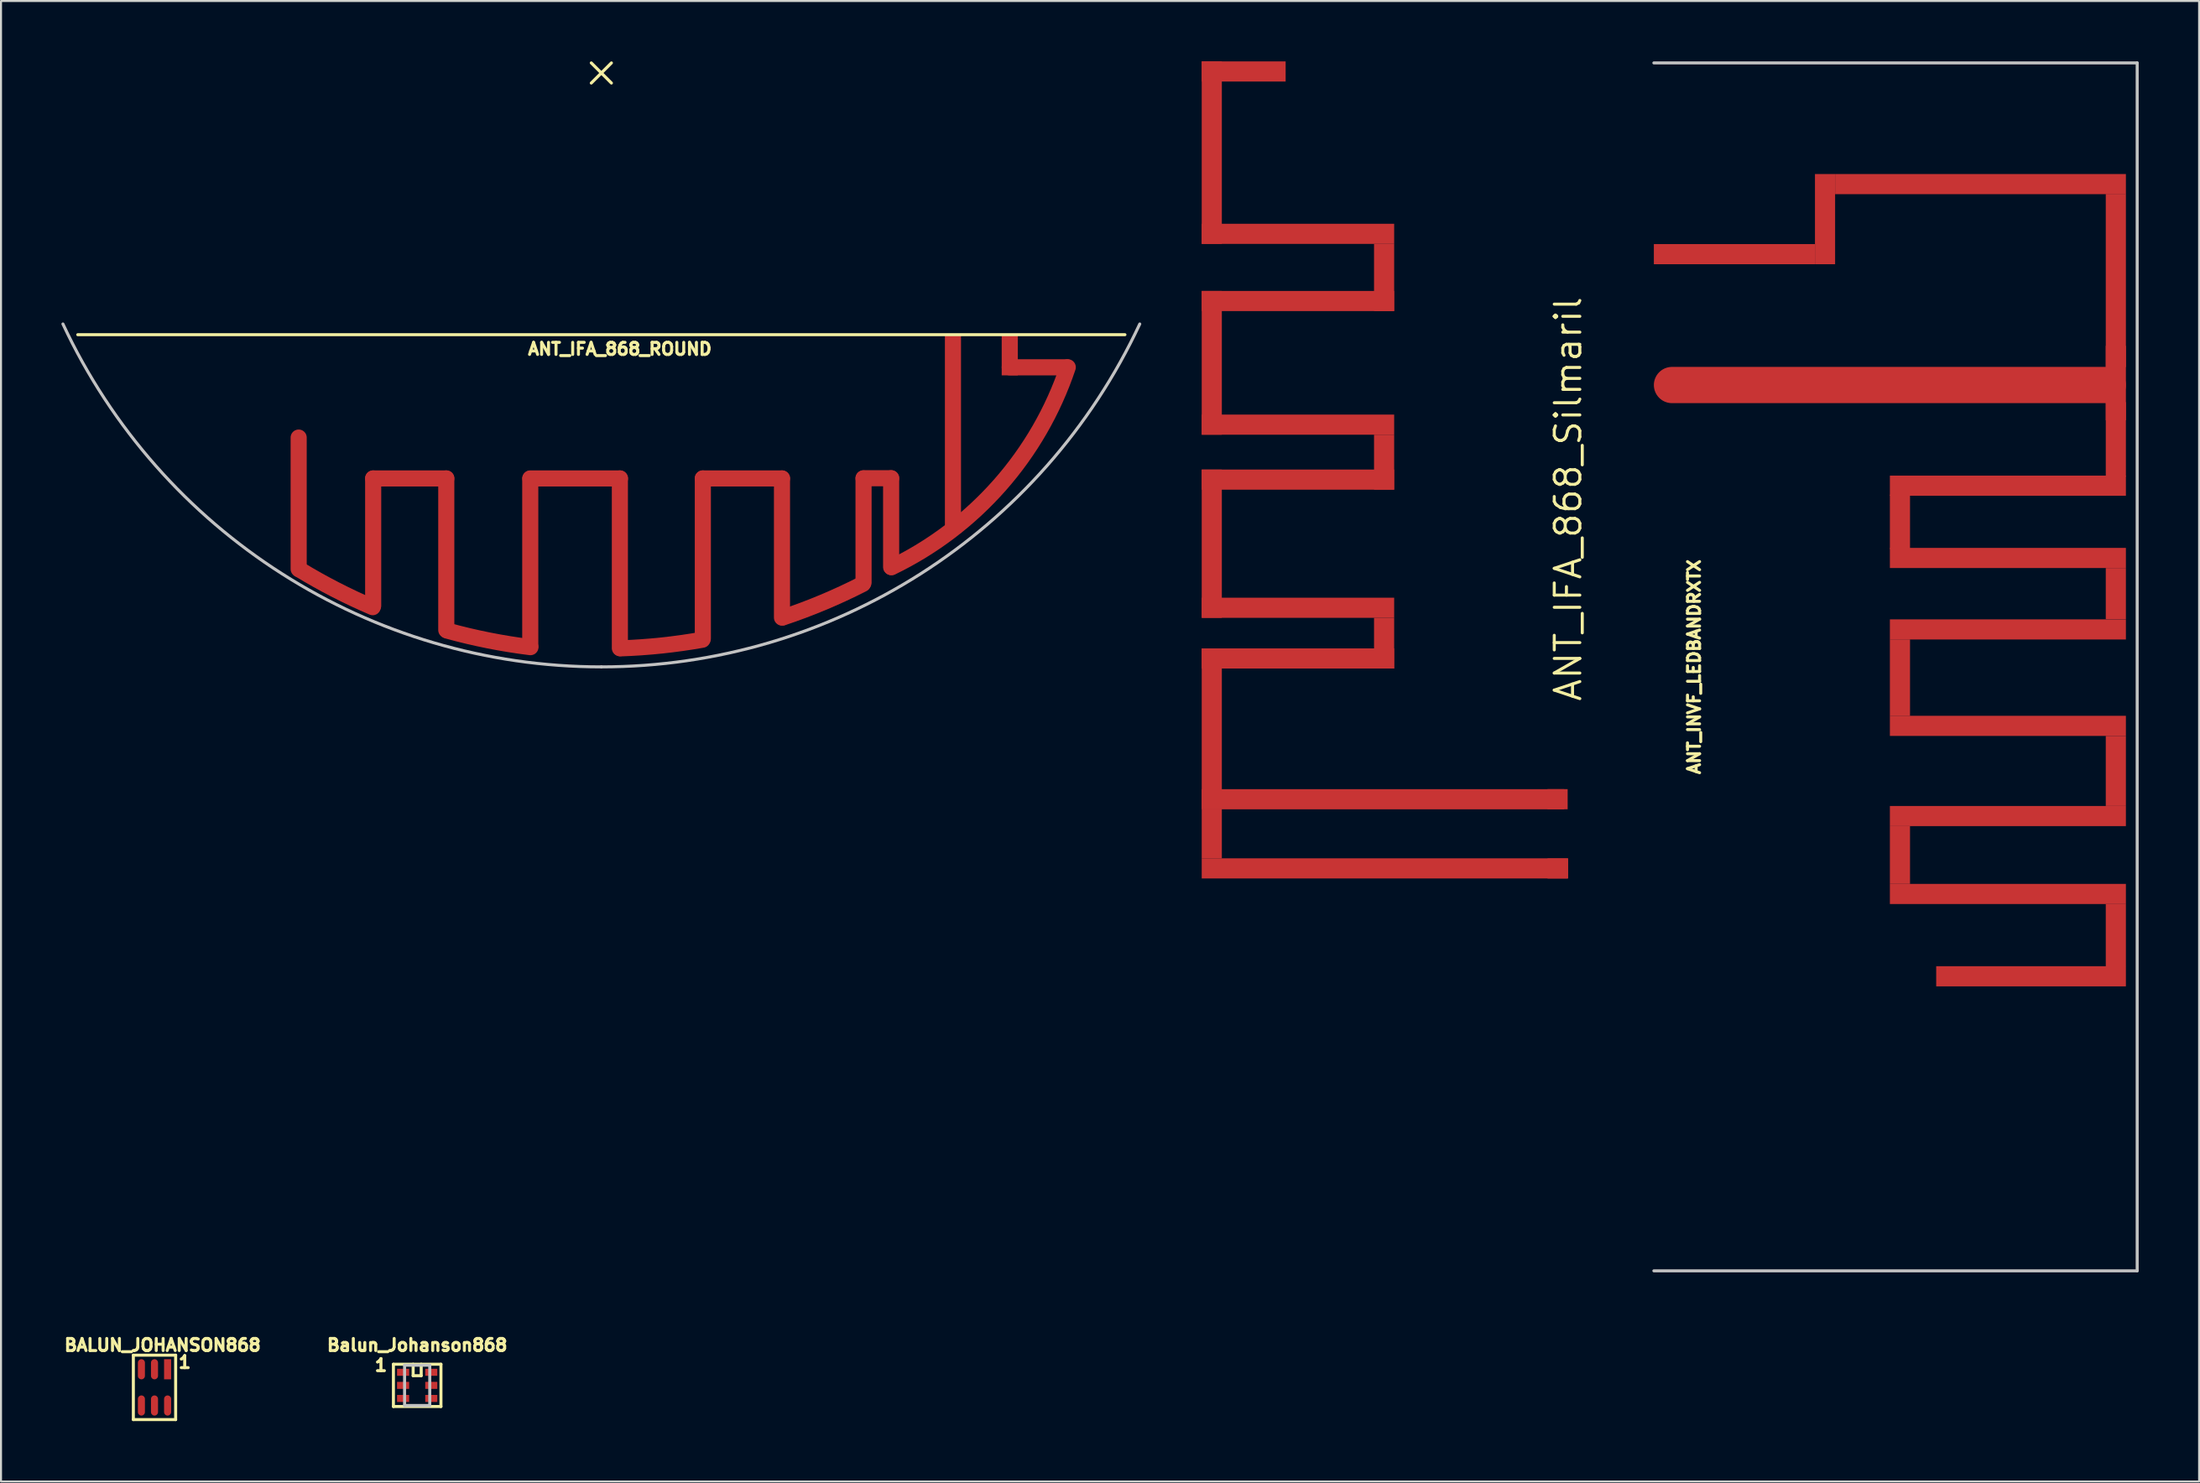
<source format=kicad_pcb>
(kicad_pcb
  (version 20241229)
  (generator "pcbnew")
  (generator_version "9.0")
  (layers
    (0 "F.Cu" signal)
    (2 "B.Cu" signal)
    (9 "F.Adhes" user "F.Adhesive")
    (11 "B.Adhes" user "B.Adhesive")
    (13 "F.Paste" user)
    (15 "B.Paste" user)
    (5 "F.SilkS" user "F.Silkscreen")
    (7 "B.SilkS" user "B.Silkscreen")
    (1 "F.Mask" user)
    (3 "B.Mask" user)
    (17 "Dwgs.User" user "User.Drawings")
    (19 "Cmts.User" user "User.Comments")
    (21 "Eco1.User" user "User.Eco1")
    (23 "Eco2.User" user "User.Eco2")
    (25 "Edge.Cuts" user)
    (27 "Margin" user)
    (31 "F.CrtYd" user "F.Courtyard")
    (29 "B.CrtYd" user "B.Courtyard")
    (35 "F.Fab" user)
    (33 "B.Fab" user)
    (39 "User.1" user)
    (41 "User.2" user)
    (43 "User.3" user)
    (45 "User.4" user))
  (footprint "BALUN_JOHANSON868"
    (layer "F.Cu")
    (at 4.622 65.864)
    (property "Reference" "BALUN_JOHANSON868" (at 0.4 -2.1 0) (layer "F.SilkS") (effects (font (size 0.6 0.6) (thickness 0.15))))
    (attr smd)
    (fp_line (start -1.05 -1.6) (end 1.05 -1.6) (stroke (width 0.15) (type solid)) (layer "F.SilkS"))
    (fp_line (start -1.05 1.6) (end -1.05 -1.6) (stroke (width 0.15) (type solid)) (layer "F.SilkS"))
    (fp_line (start 1.05 -1.6) (end 1.05 1.6) (stroke (width 0.15) (type solid)) (layer "F.SilkS"))
    (fp_line (start 1.05 1.6) (end -1.05 1.6) (stroke (width 0.15) (type solid)) (layer "F.SilkS"))
    (fp_text user "1" (at 1.5 -1.25 0) (layer "F.SilkS") (effects (font (size 0.6 0.6) (thickness 0.15))))
    (pad "1" smd rect (at 0.65 -0.9) (size 0.35 1) (layers "F.Cu" "F.Mask" "F.Paste"))
    (pad "2" smd oval (at 0 -0.9) (size 0.35 1) (layers "F.Cu" "F.Mask" "F.Paste"))
    (pad "3" smd oval (at -0.65 -0.9) (size 0.35 1) (layers "F.Cu" "F.Mask" "F.Paste"))
    (pad "4" smd oval (at -0.65 0.9) (size 0.35 1) (layers "F.Cu" "F.Mask" "F.Paste"))
    (pad "5" smd oval (at 0 0.9) (size 0.35 1) (layers "F.Cu" "F.Mask" "F.Paste"))
    (pad "6" smd oval (at 0.65 0.9) (size 0.35 1) (layers "F.Cu" "F.Mask" "F.Paste")))
  (footprint "Balun_Johanson868"
    (layer "F.Cu")
    (at 17.666 65.764)
    (property "Reference" "Balun_Johanson868" (at 0 -2 0) (layer "F.SilkS") (effects (font (size 0.6 0.6) (thickness 0.15))))
    (attr smd)
    (fp_line (start -1.18 -1.05) (end 1.18 -1.05) (stroke (width 0.15) (type solid)) (layer "F.SilkS"))
    (fp_line (start -1.18 1.05) (end -1.18 -1.05) (stroke (width 0.15) (type solid)) (layer "F.SilkS"))
    (fp_line (start -0.2 -1.05) (end -0.2 -0.48) (stroke (width 0.15) (type solid)) (layer "F.SilkS"))
    (fp_line (start -0.2 -0.48) (end 0.2 -0.48) (stroke (width 0.15) (type solid)) (layer "F.SilkS"))
    (fp_line (start 0.2 -0.48) (end 0.2 -1.05) (stroke (width 0.15) (type solid)) (layer "F.SilkS"))
    (fp_line (start 1.18 -1.05) (end 1.18 1.05) (stroke (width 0.15) (type solid)) (layer "F.SilkS"))
    (fp_line (start 1.18 1.05) (end -1.18 1.05) (stroke (width 0.15) (type solid)) (layer "F.SilkS"))
    (fp_line (start -0.625 -1) (end 0.625 -1) (stroke (width 0.15) (type solid)) (layer "Dwgs.User"))
    (fp_line (start -0.625 1) (end -0.625 -1) (stroke (width 0.15) (type solid)) (layer "Dwgs.User"))
    (fp_line (start -0.625 1) (end 0.625 1) (stroke (width 0.15) (type solid)) (layer "Dwgs.User"))
    (fp_line (start 0.625 1) (end 0.625 -1) (stroke (width 0.15) (type solid)) (layer "Dwgs.User"))
    (fp_text user "1" (at -1.8 -1 180) (layer "F.SilkS") (effects (font (size 0.6 0.6) (thickness 0.15))))
    (pad "1" smd rect (at -0.7 -0.65 90) (size 0.35 0.6) (layers "F.Cu" "F.Mask" "F.Paste"))
    (pad "2" smd rect (at -0.7 0 90) (size 0.35 0.6) (layers "F.Cu" "F.Mask" "F.Paste"))
    (pad "3" smd rect (at -0.7 0.65 90) (size 0.35 0.6) (layers "F.Cu" "F.Mask" "F.Paste"))
    (pad "4" smd rect (at 0.7 0.65 90) (size 0.35 0.6) (layers "F.Cu" "F.Mask" "F.Paste"))
    (pad "5" smd rect (at 0.7 0 90) (size 0.35 0.6) (layers "F.Cu" "F.Mask" "F.Paste"))
    (pad "6" smd rect (at 0.7 -0.65 90) (size 0.35 0.6) (layers "F.Cu" "F.Mask" "F.Paste")))
  (footprint "ANT_IFA_868_ROUND"
    (layer "F.Cu")
    (at 26.811 0.575)
    (property "Reference" "ANT_IFA_868_ROUND" (at 0.92 13.71 0) (layer "F.SilkS") (effects (font (size 0.6 0.6) (thickness 0.15))))
    (attr through_hole)
    (fp_arc (start -11.354521 26.534584) (mid -13.200224 25.666386) (end -14.98 24.67) (stroke (width 0.8) (type solid)) (layer "F.Cu"))
    (fp_arc (start -3.521433 28.520379) (mid -5.600757 28.185883) (end -7.65 27.7) (stroke (width 0.8) (type solid)) (layer "F.Cu"))
    (fp_arc (start 5.016622 28.152307) (mid 2.990966 28.438935) (end 0.95 28.58) (stroke (width 0.8) (type solid)) (layer "F.Cu"))
    (fp_arc (start 12.98805 25.377412) (mid 11.025787 26.289437) (end 9 27.05) (stroke (width 0.8) (type solid)) (layer "F.Cu"))
    (fp_arc (start 23.161141 14.617391) (mid 19.789208 20.467952) (end 14.41 24.55) (stroke (width 0.8) (type solid)) (layer "F.Cu"))
    (fp_line (start -0.5 -0.5) (end 0.5 0.5) (stroke (width 0.15) (type solid)) (layer "F.SilkS"))
    (fp_line (start 0.5 -0.5) (end -0.5 0.5) (stroke (width 0.15) (type solid)) (layer "F.SilkS"))
    (fp_line (start 26 13) (end -26 13) (stroke (width 0.15) (type solid)) (layer "F.SilkS"))
    (fp_arc (start 0 29.5) (mid -15.850338 24.880048) (end -26.73608 12.467239) (stroke (width 0.15) (type solid)) (layer "Dwgs.User"))
    (fp_arc (start 26.73608 12.467239) (mid 15.850339 24.880048) (end 0 29.5) (stroke (width 0.15) (type solid)) (layer "Dwgs.User"))
    (pad "1" smd rect (at 17.46 17.925 180) (size 0.8 9.85) (layers "F.Cu"))
    (pad "2" smd rect (at 20.28 14.01 180) (size 0.8 2.02) (layers "F.Cu"))
    (pad "2" smd oval (at 21.7 14.62 180) (size 3.64 0.8) (layers "F.Cu"))
    (pad "2R" smd oval (at 14.39 22.335 180) (size 0.8 5.21) (layers "F.Cu"))
    (pad "3" smd oval (at 13.705 20.13 180) (size 2.17 0.8) (layers "F.Cu"))
    (pad "4" smd oval (at 13.02 22.725 180) (size 0.8 5.97) (layers "F.Cu"))
    (pad "5" smd oval (at 8.97 23.595 180) (size 0.8 7.71) (layers "F.Cu"))
    (pad "6" smd oval (at 7.005 20.14 180) (size 4.73 0.8) (layers "F.Cu"))
    (pad "7" smd oval (at 5.04 24.115 180) (size 0.8 8.75) (layers "F.Cu"))
    (pad "8" smd oval (at 0.92 24.355 180) (size 0.8 9.23) (layers "F.Cu"))
    (pad "10" smd oval (at -1.3 20.14 180) (size 5.25 0.8) (layers "F.Cu"))
    (pad "11" smd oval (at -3.53 24.3 180) (size 0.8 9.1) (layers "F.Cu"))
    (pad "12" smd oval (at -7.7 23.905 180) (size 0.8 8.33) (layers "F.Cu"))
    (pad "13" smd oval (at -9.515 20.14 180) (size 4.43 0.8) (layers "F.Cu"))
    (pad "14" smd oval (at -11.33 23.3 180) (size 0.8 7.12) (layers "F.Cu"))
    (pad "15" smd oval (at -15.03 21.375 180) (size 0.8 7.33) (layers "F.Cu")))
  (footprint "ANT_IFA_868_Silmaril"
    (layer "F.Cu")
    (at 74.795 21.758)
    (property "Reference" "ANT_IFA_868_Silmaril" (at 0.025 -0.025 270) (layer "F.SilkS") (effects (font (size 1.27 1.27) (thickness 0.15))))
    (attr exclude_from_pos_files exclude_from_bom)
    (fp_poly (pts (xy -18.172 -20.758) (xy -18.172 -21.758) (xy -14.004 -21.758) (xy -14.004 -20.758)) (stroke (width 0.001) (type solid)) (fill yes) (layer "F.Cu"))
    (fp_poly (pts (xy -18.172 -12.693) (xy -18.172 -21.758) (xy -17.172 -21.758) (xy -17.172 -12.693)) (stroke (width 0.001) (type solid)) (fill yes) (layer "F.Cu"))
    (fp_poly (pts (xy -18.172 -12.693) (xy -18.172 -13.693) (xy -8.615 -13.693) (xy -8.615 -12.693)) (stroke (width 0.001) (type solid)) (fill yes) (layer "F.Cu"))
    (fp_poly (pts (xy -18.172 -9.356) (xy -18.172 -10.356) (xy -8.615 -10.356) (xy -8.615 -9.356)) (stroke (width 0.001) (type solid)) (fill yes) (layer "F.Cu"))
    (fp_poly (pts (xy -18.172 -3.215) (xy -18.172 -10.356) (xy -17.172 -10.356) (xy -17.172 -3.215)) (stroke (width 0.001) (type solid)) (fill yes) (layer "F.Cu"))
    (fp_poly (pts (xy -18.172 -3.215) (xy -18.172 -4.215) (xy -8.615 -4.215) (xy -8.615 -3.215)) (stroke (width 0.001) (type solid)) (fill yes) (layer "F.Cu"))
    (fp_poly (pts (xy -18.172 -0.485) (xy -18.172 -1.485) (xy -8.615 -1.485) (xy -8.615 -0.485)) (stroke (width 0.001) (type solid)) (fill yes) (layer "F.Cu"))
    (fp_poly (pts (xy -18.172 5.881) (xy -18.172 -1.485) (xy -17.172 -1.485) (xy -17.172 5.881)) (stroke (width 0.001) (type solid)) (fill yes) (layer "F.Cu"))
    (fp_poly (pts (xy -18.172 5.881) (xy -18.172 4.881) (xy -8.615 4.881) (xy -8.615 5.881)) (stroke (width 0.001) (type solid)) (fill yes) (layer "F.Cu"))
    (fp_poly (pts (xy -18.172 8.399) (xy -18.172 7.399) (xy -8.615 7.399) (xy -8.615 8.399)) (stroke (width 0.001) (type solid)) (fill yes) (layer "F.Cu"))
    (fp_poly (pts (xy -18.172 15.392) (xy -18.172 7.399) (xy -17.172 7.399) (xy -17.172 15.392)) (stroke (width 0.001) (type solid)) (fill yes) (layer "F.Cu"))
    (fp_poly (pts (xy -18.172 15.392) (xy -18.172 17.827) (xy -17.172 17.827) (xy -17.172 15.392)) (stroke (width 0.001) (type solid)) (fill yes) (layer "F.Cu"))
    (fp_poly (pts (xy -8.615 -9.356) (xy -8.615 -12.693) (xy -9.615 -12.693) (xy -9.615 -9.356)) (stroke (width 0.001) (type solid)) (fill yes) (layer "F.Cu"))
    (fp_poly (pts (xy -8.615 -0.485) (xy -8.615 -3.215) (xy -9.615 -3.215) (xy -9.615 -0.485)) (stroke (width 0.001) (type solid)) (fill yes) (layer "F.Cu"))
    (fp_poly (pts (xy -8.615 8.399) (xy -8.615 5.881) (xy -9.615 5.881) (xy -9.615 8.399)) (stroke (width 0.001) (type solid)) (fill yes) (layer "F.Cu"))
    (fp_poly (pts (xy -0.175 14.392) (xy -0.175 15.392) (xy -18.172 15.392) (xy -18.172 14.392)) (stroke (width 0.001) (type solid)) (fill yes) (layer "F.Cu"))
    (fp_poly (pts (xy 0.025 17.827) (xy 0.025 18.827) (xy -18.172 18.827) (xy -18.172 17.827)) (stroke (width 0.001) (type solid)) (fill yes) (layer "F.Cu"))
    (pad "1" smd rect (at -0.5 14.89) (size 1 1) (layers "F.Cu"))
    (pad "2" smd rect (at -0.5 18.33) (size 1 1) (layers "F.Cu")))
  (footprint "ANT_INVF_LEDBANDRXTX"
    (layer "F.Cu")
    (at 79.076 30.075)
    (property "Reference" "ANT_INVF_LEDBANDRXTX" (at 2 0 90) (layer "F.SilkS") (effects (font (size 0.6 0.6) (thickness 0.15))))
    (attr through_hole)
    (fp_line (start 0 -30) (end 24 -30) (stroke (width 0.15) (type solid)) (layer "Dwgs.User"))
    (fp_line (start 24 -30) (end 24 30) (stroke (width 0.15) (type solid)) (layer "Dwgs.User"))
    (fp_line (start 24 30) (end 0 30) (stroke (width 0.15) (type solid)) (layer "Dwgs.User"))
    (pad "1" smd oval (at 11.72 -14) (size 23.44 1.8) (layers "F.Cu"))
    (pad "1" smd rect (at 12.22 -7.2) (size 1 2.7) (layers "F.Cu"))
    (pad "1" smd rect (at 12.22 0.535) (size 1 3.8) (layers "F.Cu"))
    (pad "1" smd rect (at 12.22 9.345) (size 1 2.87) (layers "F.Cu"))
    (pad "1" smd rect (at 17.58 -9) (size 11.72 1) (layers "F.Cu"))
    (pad "1" smd rect (at 17.58 -5.41) (size 11.72 1) (layers "F.Cu"))
    (pad "1" smd rect (at 17.58 -1.86) (size 11.72 1) (layers "F.Cu"))
    (pad "1" smd rect (at 17.58 2.93) (size 11.72 1) (layers "F.Cu"))
    (pad "1" smd rect (at 17.58 7.41) (size 11.72 1) (layers "F.Cu"))
    (pad "1" smd rect (at 17.58 11.28) (size 11.72 1) (layers "F.Cu"))
    (pad "1" smd rect (at 18.73 15.37) (size 9.42 1) (layers "F.Cu"))
    (pad "1" smd rect (at 22.94 -14.1) (size 1 3.7) (layers "F.Cu"))
    (pad "1" smd rect (at 22.94 -11.3) (size 1 3.7) (layers "F.Cu"))
    (pad "1" smd rect (at 22.94 -3.64) (size 1 2.54) (layers "F.Cu"))
    (pad "1" smd rect (at 22.94 5.17) (size 1 3.48) (layers "F.Cu"))
    (pad "1" smd rect (at 22.94 13.325) (size 1 3.1) (layers "F.Cu"))
    (pad "2" smd rect (at 4 -20.5) (size 8 1) (layers "F.Cu"))
    (pad "2" smd rect (at 8.5 -22.24) (size 1 4.48) (layers "F.Cu"))
    (pad "2" smd rect (at 16.22 -23.98) (size 14.44 1) (layers "F.Cu"))
    (pad "2" smd rect (at 22.94 -19.19) (size 1 8.6) (layers "F.Cu")))
  (gr_rect
    (start -3 -3)
    (end 106.151 70.539)
    (stroke (width 0.1) (type default))
    (fill no)
    (layer "Edge.Cuts")))
</source>
